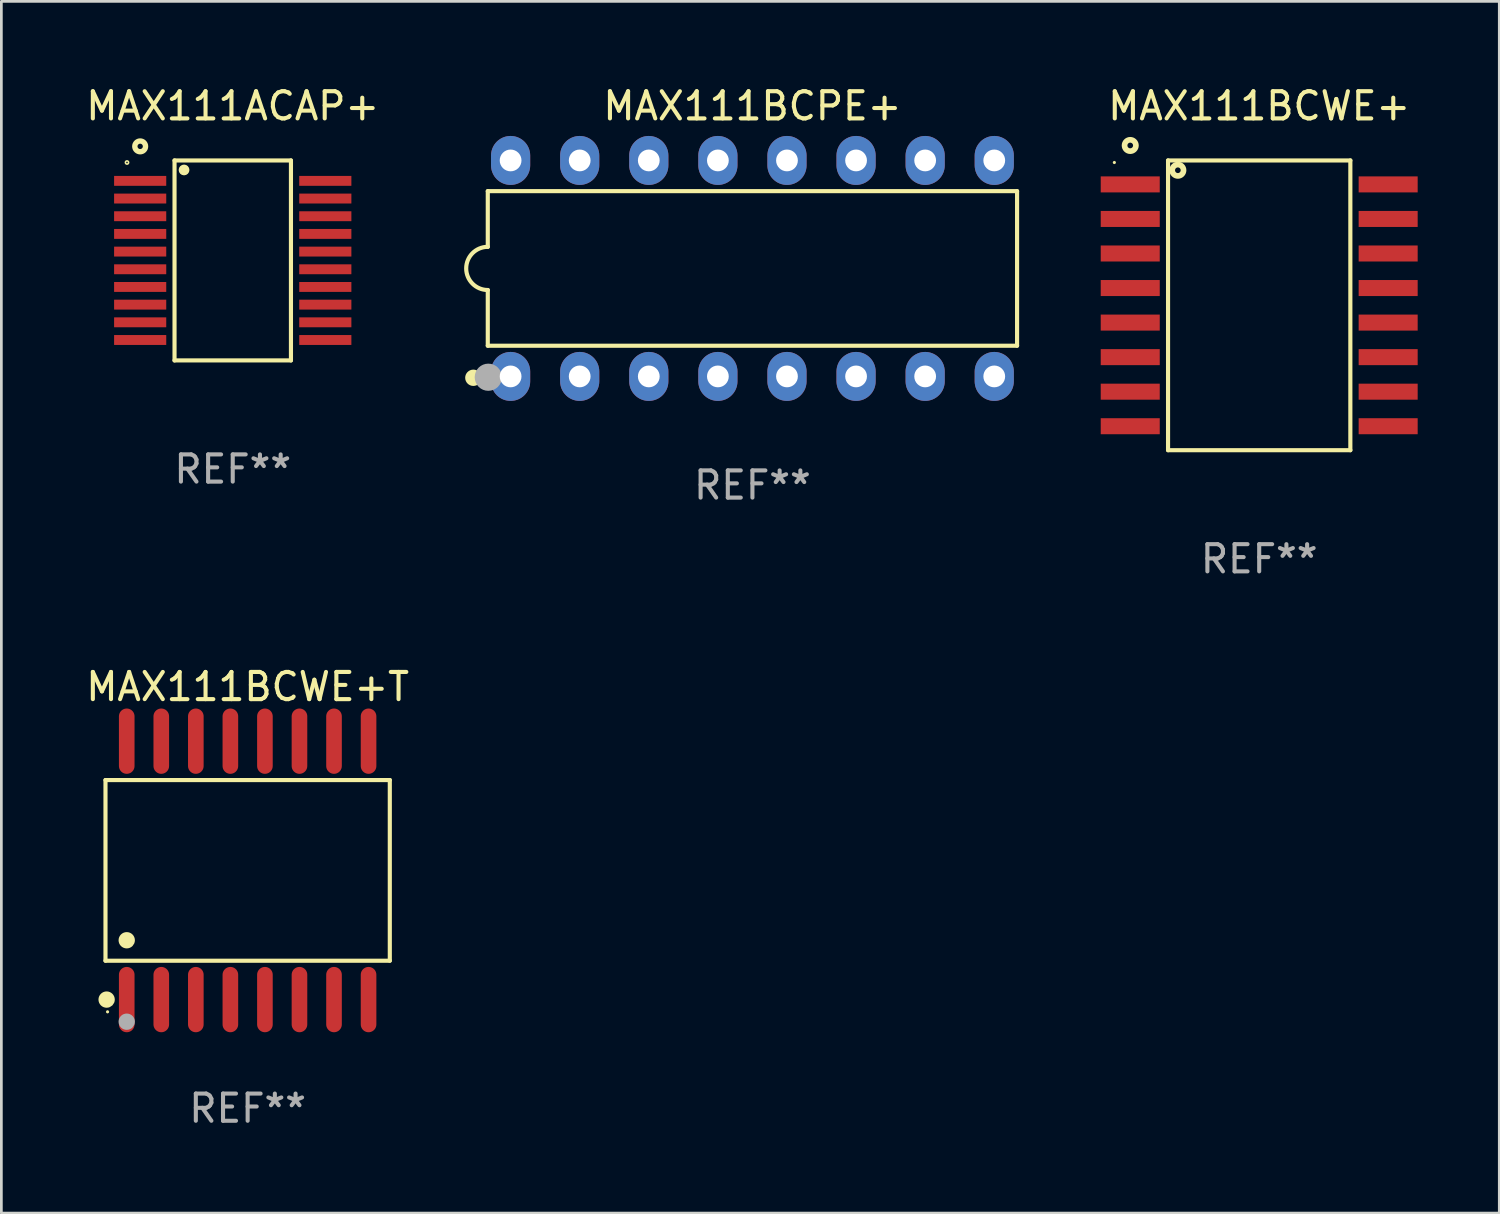
<source format=kicad_pcb>
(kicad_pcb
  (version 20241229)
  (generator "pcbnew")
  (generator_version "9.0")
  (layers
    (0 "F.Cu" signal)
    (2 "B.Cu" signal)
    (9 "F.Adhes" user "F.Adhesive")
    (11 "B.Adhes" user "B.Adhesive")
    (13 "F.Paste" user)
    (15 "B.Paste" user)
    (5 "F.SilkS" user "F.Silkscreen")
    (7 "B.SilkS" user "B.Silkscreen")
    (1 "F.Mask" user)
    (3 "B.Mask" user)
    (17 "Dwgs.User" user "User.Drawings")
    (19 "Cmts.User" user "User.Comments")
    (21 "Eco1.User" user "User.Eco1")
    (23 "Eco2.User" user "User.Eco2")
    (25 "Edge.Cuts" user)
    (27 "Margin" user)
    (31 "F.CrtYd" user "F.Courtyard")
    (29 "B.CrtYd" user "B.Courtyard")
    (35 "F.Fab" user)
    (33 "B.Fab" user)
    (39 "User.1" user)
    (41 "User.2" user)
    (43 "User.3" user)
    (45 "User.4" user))
  (footprint "MAX111ACAP+"
    (layer "F.Cu")
    (at 5.506 6.524)
    (property "Reference" "MAX111ACAP+" (at 0 -5.676 0) (layer "F.SilkS") (effects (font (size 1 1) (thickness 0.15))))
    (attr through_hole)
    (fp_line (start -2.14 -3.676) (end 2.14 -3.676) (stroke (width 0.152) (type solid)) (layer "F.SilkS"))
    (fp_line (start -2.14 3.676) (end -2.14 -3.676) (stroke (width 0.152) (type solid)) (layer "F.SilkS"))
    (fp_line (start 2.14 -3.676) (end 2.14 3.676) (stroke (width 0.152) (type solid)) (layer "F.SilkS"))
    (fp_line (start 2.14 3.676) (end -2.14 3.676) (stroke (width 0.152) (type solid)) (layer "F.SilkS"))
    (fp_circle (center -3.887 -3.6) (end -3.858 -3.6) (stroke (width 0.06) (type solid)) (fill no) (layer "F.SilkS"))
    (fp_circle (center -3.403 -4.193) (end -3.305 -4.193) (stroke (width 0.198) (type solid)) (fill no) (layer "F.SilkS"))
    (fp_circle (center -1.79 -3.326) (end -1.691 -3.326) (stroke (width 0.198) (type solid)) (fill no) (layer "F.SilkS"))
    (fp_text user "REF**" (at 0 7.676 0) (layer "F.Fab") (effects (font (size 1 1) (thickness 0.15))))
    (pad "1" smd rect (at -3.403 -2.925) (size 1.917 0.364) (layers "F.Cu" "F.Mask" "F.Paste"))
    (pad "2" smd rect (at -3.403 -2.275) (size 1.917 0.364) (layers "F.Cu" "F.Mask" "F.Paste"))
    (pad "3" smd rect (at -3.403 -1.625) (size 1.917 0.364) (layers "F.Cu" "F.Mask" "F.Paste"))
    (pad "4" smd rect (at -3.403 -0.975) (size 1.917 0.364) (layers "F.Cu" "F.Mask" "F.Paste"))
    (pad "5" smd rect (at -3.403 -0.325) (size 1.917 0.364) (layers "F.Cu" "F.Mask" "F.Paste"))
    (pad "6" smd rect (at -3.403 0.325) (size 1.917 0.364) (layers "F.Cu" "F.Mask" "F.Paste"))
    (pad "7" smd rect (at -3.403 0.975) (size 1.917 0.364) (layers "F.Cu" "F.Mask" "F.Paste"))
    (pad "8" smd rect (at -3.403 1.625) (size 1.917 0.364) (layers "F.Cu" "F.Mask" "F.Paste"))
    (pad "9" smd rect (at -3.403 2.275) (size 1.917 0.364) (layers "F.Cu" "F.Mask" "F.Paste"))
    (pad "10" smd rect (at -3.403 2.925) (size 1.917 0.364) (layers "F.Cu" "F.Mask" "F.Paste"))
    (pad "11" smd rect (at 3.403 2.925) (size 1.917 0.364) (layers "F.Cu" "F.Mask" "F.Paste"))
    (pad "12" smd rect (at 3.403 2.275) (size 1.917 0.364) (layers "F.Cu" "F.Mask" "F.Paste"))
    (pad "13" smd rect (at 3.403 1.625) (size 1.917 0.364) (layers "F.Cu" "F.Mask" "F.Paste"))
    (pad "14" smd rect (at 3.403 0.975) (size 1.917 0.364) (layers "F.Cu" "F.Mask" "F.Paste"))
    (pad "15" smd rect (at 3.403 0.325) (size 1.917 0.364) (layers "F.Cu" "F.Mask" "F.Paste"))
    (pad "16" smd rect (at 3.403 -0.325) (size 1.917 0.364) (layers "F.Cu" "F.Mask" "F.Paste"))
    (pad "17" smd rect (at 3.403 -0.975) (size 1.917 0.364) (layers "F.Cu" "F.Mask" "F.Paste"))
    (pad "18" smd rect (at 3.403 -1.625) (size 1.917 0.364) (layers "F.Cu" "F.Mask" "F.Paste"))
    (pad "19" smd rect (at 3.403 -2.275) (size 1.917 0.364) (layers "F.Cu" "F.Mask" "F.Paste"))
    (pad "20" smd rect (at 3.403 -2.925) (size 1.917 0.364) (layers "F.Cu" "F.Mask" "F.Paste")))
  (footprint "MAX111BCPE+"
    (layer "F.Cu")
    (at 24.611 6.818)
    (property "Reference" "MAX111BCPE+" (at 0 -5.97 0) (layer "F.SilkS") (effects (font (size 1 1) (thickness 0.15))))
    (attr through_hole)
    (fp_line (start -9.729 -2.841) (end -9.729 -0.794) (stroke (width 0.152) (type solid)) (layer "F.SilkS"))
    (fp_line (start -9.729 0.794) (end -9.729 2.841) (stroke (width 0.152) (type solid)) (layer "F.SilkS"))
    (fp_line (start -9.729 2.841) (end 9.729 2.841) (stroke (width 0.152) (type solid)) (layer "F.SilkS"))
    (fp_line (start 9.729 -2.841) (end -9.729 -2.841) (stroke (width 0.152) (type solid)) (layer "F.SilkS"))
    (fp_line (start 9.729 2.841) (end 9.729 -2.841) (stroke (width 0.152) (type solid)) (layer "F.SilkS"))
    (fp_arc (start -9.7287 0.793749) (mid -10.522449 0) (end -9.7287 -0.793749) (stroke (width 0.1524) (type solid)) (layer "F.SilkS"))
    (fp_circle (center -10.26 4.02) (end -10.11 4.02) (stroke (width 0.3) (type solid)) (fill no) (layer "F.SilkS"))
    (fp_circle (center -9.653 4.23) (end -9.623 4.23) (stroke (width 0.06) (type solid)) (fill no) (layer "F.SilkS"))
    (fp_circle (center -9.71 4) (end -9.46 4) (stroke (width 0.5) (type solid)) (fill no) (layer "F.Fab"))
    (fp_text user "REF**" (at 0 7.97 0) (layer "F.Fab") (effects (font (size 1 1) (thickness 0.15))))
    (pad "1" thru_hole oval (at -8.89 3.97) (size 1.44 1.8) (drill 0.8) (layers "*.Cu" "*.Mask"))
    (pad "2" thru_hole oval (at -6.35 3.97) (size 1.44 1.8) (drill 0.8) (layers "*.Cu" "*.Mask"))
    (pad "3" thru_hole oval (at -3.81 3.97) (size 1.44 1.8) (drill 0.8) (layers "*.Cu" "*.Mask"))
    (pad "4" thru_hole oval (at -1.27 3.97) (size 1.44 1.8) (drill 0.8) (layers "*.Cu" "*.Mask"))
    (pad "5" thru_hole oval (at 1.27 3.97) (size 1.44 1.8) (drill 0.8) (layers "*.Cu" "*.Mask"))
    (pad "6" thru_hole oval (at 3.81 3.97) (size 1.44 1.8) (drill 0.8) (layers "*.Cu" "*.Mask"))
    (pad "7" thru_hole oval (at 6.35 3.97) (size 1.44 1.8) (drill 0.8) (layers "*.Cu" "*.Mask"))
    (pad "8" thru_hole oval (at 8.89 3.97) (size 1.44 1.8) (drill 0.8) (layers "*.Cu" "*.Mask"))
    (pad "9" thru_hole oval (at 8.89 -3.97) (size 1.44 1.8) (drill 0.8) (layers "*.Cu" "*.Mask"))
    (pad "10" thru_hole oval (at 6.35 -3.97) (size 1.44 1.8) (drill 0.8) (layers "*.Cu" "*.Mask"))
    (pad "11" thru_hole oval (at 3.81 -3.97) (size 1.44 1.8) (drill 0.8) (layers "*.Cu" "*.Mask"))
    (pad "12" thru_hole oval (at 1.27 -3.97) (size 1.44 1.8) (drill 0.8) (layers "*.Cu" "*.Mask"))
    (pad "13" thru_hole oval (at -1.27 -3.97) (size 1.44 1.8) (drill 0.8) (layers "*.Cu" "*.Mask"))
    (pad "14" thru_hole oval (at -3.81 -3.97) (size 1.44 1.8) (drill 0.8) (layers "*.Cu" "*.Mask"))
    (pad "15" thru_hole oval (at -6.35 -3.97) (size 1.44 1.8) (drill 0.8) (layers "*.Cu" "*.Mask"))
    (pad "16" thru_hole oval (at -8.89 -3.97) (size 1.44 1.8) (drill 0.8) (layers "*.Cu" "*.Mask")))
  (footprint "MAX111BCWE+T"
    (layer "F.Cu")
    (at 6.054 28.947)
    (property "Reference" "MAX111BCWE+T" (at 0 -6.75 0) (layer "F.SilkS") (effects (font (size 1 1) (thickness 0.15))))
    (attr through_hole)
    (fp_line (start -5.226 -3.321) (end 5.226 -3.321) (stroke (width 0.152) (type solid)) (layer "F.SilkS"))
    (fp_line (start -5.226 3.321) (end -5.226 -3.321) (stroke (width 0.152) (type solid)) (layer "F.SilkS"))
    (fp_line (start 5.226 -3.321) (end 5.226 3.321) (stroke (width 0.152) (type solid)) (layer "F.SilkS"))
    (fp_line (start 5.226 3.321) (end -5.226 3.321) (stroke (width 0.152) (type solid)) (layer "F.SilkS"))
    (fp_circle (center -5.184 4.75) (end -5.034 4.75) (stroke (width 0.3) (type solid)) (fill no) (layer "F.SilkS"))
    (fp_circle (center -5.15 5.2) (end -5.12 5.2) (stroke (width 0.06) (type solid)) (fill no) (layer "F.SilkS"))
    (fp_circle (center -4.445 2.569) (end -4.295 2.569) (stroke (width 0.3) (type solid)) (fill no) (layer "F.SilkS"))
    (fp_circle (center -4.445 5.563) (end -4.295 5.563) (stroke (width 0.3) (type solid)) (fill no) (layer "F.Fab"))
    (fp_text user "REF**" (at 0 8.75 0) (layer "F.Fab") (effects (font (size 1 1) (thickness 0.15))))
    (pad "1" smd oval (at -4.445 4.75) (size 0.574 2.401) (layers "F.Cu" "F.Mask" "F.Paste"))
    (pad "2" smd oval (at -3.175 4.75) (size 0.574 2.401) (layers "F.Cu" "F.Mask" "F.Paste"))
    (pad "3" smd oval (at -1.905 4.75) (size 0.574 2.401) (layers "F.Cu" "F.Mask" "F.Paste"))
    (pad "4" smd oval (at -0.635 4.75) (size 0.574 2.401) (layers "F.Cu" "F.Mask" "F.Paste"))
    (pad "5" smd oval (at 0.635 4.75) (size 0.574 2.401) (layers "F.Cu" "F.Mask" "F.Paste"))
    (pad "6" smd oval (at 1.905 4.75) (size 0.574 2.401) (layers "F.Cu" "F.Mask" "F.Paste"))
    (pad "7" smd oval (at 3.175 4.75) (size 0.574 2.401) (layers "F.Cu" "F.Mask" "F.Paste"))
    (pad "8" smd oval (at 4.445 4.75) (size 0.574 2.401) (layers "F.Cu" "F.Mask" "F.Paste"))
    (pad "9" smd oval (at 4.445 -4.75) (size 0.574 2.401) (layers "F.Cu" "F.Mask" "F.Paste"))
    (pad "10" smd oval (at 3.175 -4.75) (size 0.574 2.401) (layers "F.Cu" "F.Mask" "F.Paste"))
    (pad "11" smd oval (at 1.905 -4.75) (size 0.574 2.401) (layers "F.Cu" "F.Mask" "F.Paste"))
    (pad "12" smd oval (at 0.635 -4.75) (size 0.574 2.401) (layers "F.Cu" "F.Mask" "F.Paste"))
    (pad "13" smd oval (at -0.635 -4.75) (size 0.574 2.401) (layers "F.Cu" "F.Mask" "F.Paste"))
    (pad "14" smd oval (at -1.905 -4.75) (size 0.574 2.401) (layers "F.Cu" "F.Mask" "F.Paste"))
    (pad "15" smd oval (at -3.175 -4.75) (size 0.574 2.401) (layers "F.Cu" "F.Mask" "F.Paste"))
    (pad "16" smd oval (at -4.445 -4.75) (size 0.574 2.401) (layers "F.Cu" "F.Mask" "F.Paste")))
  (footprint "MAX111BCWE+"
    (layer "F.Cu")
    (at 43.241 8.174)
    (property "Reference" "MAX111BCWE+" (at 0 -7.326 0) (layer "F.SilkS") (effects (font (size 1 1) (thickness 0.15))))
    (attr through_hole)
    (fp_line (start -3.351 -5.326) (end 3.351 -5.326) (stroke (width 0.152) (type solid)) (layer "F.SilkS"))
    (fp_line (start -3.351 5.326) (end -3.351 -5.326) (stroke (width 0.152) (type solid)) (layer "F.SilkS"))
    (fp_line (start 3.351 -5.326) (end 3.351 5.326) (stroke (width 0.152) (type solid)) (layer "F.SilkS"))
    (fp_line (start 3.351 5.326) (end -3.351 5.326) (stroke (width 0.152) (type solid)) (layer "F.SilkS"))
    (fp_circle (center -5.325 -5.25) (end -5.295 -5.25) (stroke (width 0.06) (type solid)) (fill no) (layer "F.SilkS"))
    (fp_circle (center -4.741 -5.876) (end -4.637 -5.876) (stroke (width 0.209) (type solid)) (fill no) (layer "F.SilkS"))
    (fp_circle (center -2.99 -4.965) (end -2.886 -4.965) (stroke (width 0.209) (type solid)) (fill no) (layer "F.SilkS"))
    (fp_text user "REF**" (at 0 9.326 0) (layer "F.Fab") (effects (font (size 1 1) (thickness 0.15))))
    (pad "1" smd rect (at -4.741 -4.445) (size 2.17 0.589) (layers "F.Cu" "F.Mask" "F.Paste"))
    (pad "2" smd rect (at -4.741 -3.175) (size 2.17 0.589) (layers "F.Cu" "F.Mask" "F.Paste"))
    (pad "3" smd rect (at -4.741 -1.905) (size 2.17 0.589) (layers "F.Cu" "F.Mask" "F.Paste"))
    (pad "4" smd rect (at -4.741 -0.635) (size 2.17 0.589) (layers "F.Cu" "F.Mask" "F.Paste"))
    (pad "5" smd rect (at -4.741 0.635) (size 2.17 0.589) (layers "F.Cu" "F.Mask" "F.Paste"))
    (pad "6" smd rect (at -4.741 1.905) (size 2.17 0.589) (layers "F.Cu" "F.Mask" "F.Paste"))
    (pad "7" smd rect (at -4.741 3.175) (size 2.17 0.589) (layers "F.Cu" "F.Mask" "F.Paste"))
    (pad "8" smd rect (at -4.741 4.445) (size 2.17 0.589) (layers "F.Cu" "F.Mask" "F.Paste"))
    (pad "9" smd rect (at 4.741 4.445) (size 2.17 0.589) (layers "F.Cu" "F.Mask" "F.Paste"))
    (pad "10" smd rect (at 4.741 3.175) (size 2.17 0.589) (layers "F.Cu" "F.Mask" "F.Paste"))
    (pad "11" smd rect (at 4.741 1.905) (size 2.17 0.589) (layers "F.Cu" "F.Mask" "F.Paste"))
    (pad "12" smd rect (at 4.741 0.635) (size 2.17 0.589) (layers "F.Cu" "F.Mask" "F.Paste"))
    (pad "13" smd rect (at 4.741 -0.635) (size 2.17 0.589) (layers "F.Cu" "F.Mask" "F.Paste"))
    (pad "14" smd rect (at 4.741 -1.905) (size 2.17 0.589) (layers "F.Cu" "F.Mask" "F.Paste"))
    (pad "15" smd rect (at 4.741 -3.175) (size 2.17 0.589) (layers "F.Cu" "F.Mask" "F.Paste"))
    (pad "16" smd rect (at 4.741 -4.445) (size 2.17 0.589) (layers "F.Cu" "F.Mask" "F.Paste")))
  (gr_rect
    (start -3 -3)
    (end 52.067 41.546)
    (stroke (width 0.1) (type default))
    (fill no)
    (layer "Edge.Cuts")))
</source>
